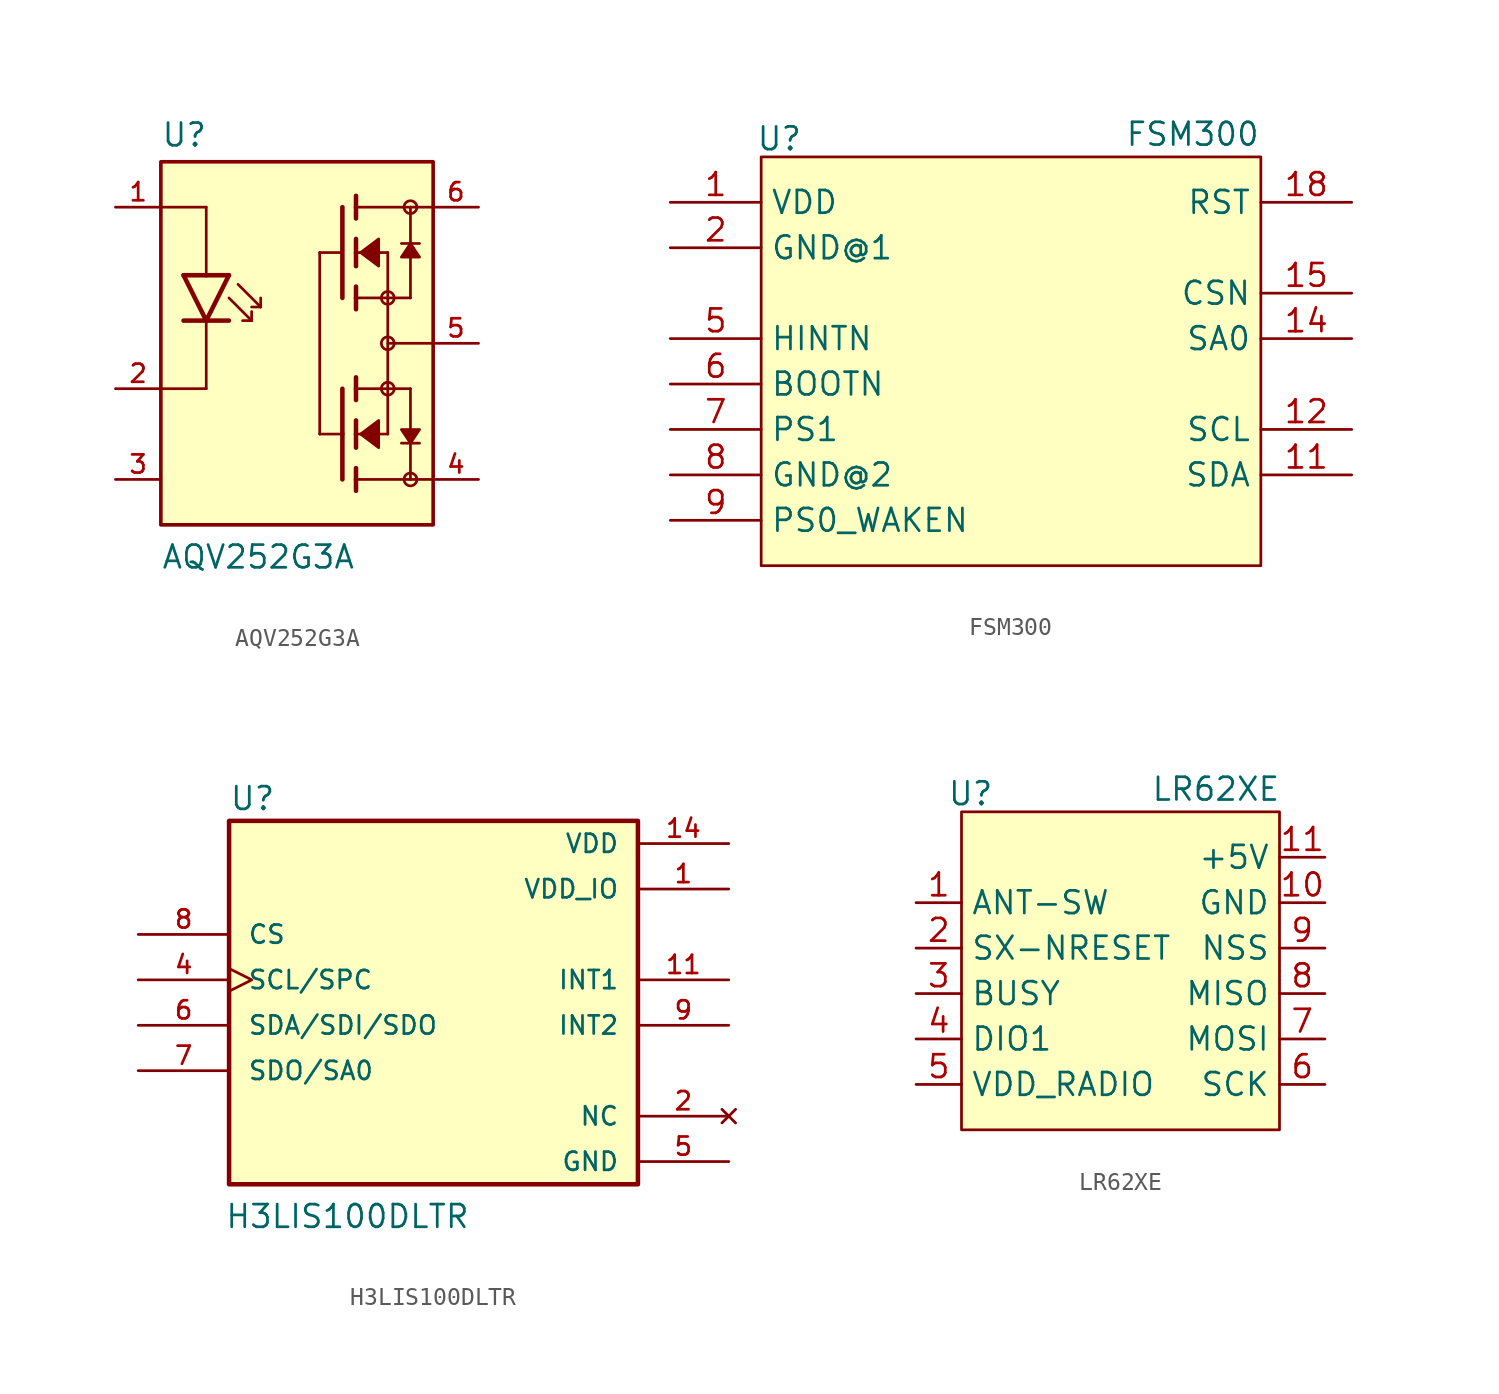
<source format=kicad_sym>
(kicad_symbol_lib
  (version 20241209)
  (generator "kicad_symbol_editor")
  (generator_version "9.0")
  (symbol "AQV252G3A"
    (pin_names
      (offset 1.016))
    (property "Reference" "U"
      (at -7.62 10.922 0)
      (effects (font (size 1.27 1.27)) (justify left bottom)))
    (property "Value" "AQV252G3A"
      (at -7.62 -12.7 0)
      (effects (font (size 1.27 1.27)) (justify left bottom)))
    (symbol "AQV252G3A_0_0"
      (rectangle (start -7.62 10.16) (end 7.62 -10.16) (stroke (width 0.203) (type default)) (fill (type background)))
      (polyline (pts (xy -6.35 3.81) (xy -5.08 3.81)) (stroke (width 0.254) (type default)) (fill (type none)))
      (polyline (pts (xy -6.35 1.27) (xy -5.08 1.27)) (stroke (width 0.254) (type default)) (fill (type none)))
      (polyline (pts (xy -5.08 7.62) (xy -7.62 7.62)) (stroke (width 0.152) (type default)) (fill (type none)))
      (polyline (pts (xy -5.08 3.81) (xy -5.08 7.62)) (stroke (width 0.152) (type default)) (fill (type none)))
      (polyline (pts (xy -5.08 3.81) (xy -3.81 3.81)) (stroke (width 0.254) (type default)) (fill (type none)))
      (polyline (pts (xy -5.08 1.27) (xy -6.35 3.81)) (stroke (width 0.254) (type default)) (fill (type none)))
      (polyline (pts (xy -5.08 1.27) (xy -5.08 -2.54)) (stroke (width 0.152) (type default)) (fill (type none)))
      (polyline (pts (xy -5.08 1.27) (xy -3.81 1.27)) (stroke (width 0.254) (type default)) (fill (type none)))
      (polyline (pts (xy -5.08 -2.54) (xy -7.62 -2.54)) (stroke (width 0.152) (type default)) (fill (type none)))
      (polyline (pts (xy -3.81 3.81) (xy -5.08 1.27)) (stroke (width 0.254) (type default)) (fill (type none)))
      (polyline (pts (xy -3.81 2.54) (xy -2.54 1.27)) (stroke (width 0.152) (type default)) (fill (type none)))
      (polyline (pts (xy -3.302 3.302) (xy -2.032 2.032)) (stroke (width 0.152) (type default)) (fill (type none)))
      (polyline (pts (xy -2.54 1.27) (xy -3.048 1.27)) (stroke (width 0.152) (type default)) (fill (type none)))
      (polyline (pts (xy -2.54 1.27) (xy -2.54 1.778)) (stroke (width 0.152) (type default)) (fill (type none)))
      (polyline (pts (xy -2.032 2.032) (xy -2.54 2.032)) (stroke (width 0.152) (type default)) (fill (type none)))
      (polyline (pts (xy -2.032 2.032) (xy -2.032 2.54)) (stroke (width 0.152) (type default)) (fill (type none)))
      (polyline (pts (xy 1.27 5.08) (xy 1.27 -5.08)) (stroke (width 0.152) (type default)) (fill (type none)))
      (polyline (pts (xy 2.54 7.62) (xy 2.54 2.54)) (stroke (width 0.254) (type default)) (fill (type none)))
      (polyline (pts (xy 2.54 5.08) (xy 1.27 5.08)) (stroke (width 0.152) (type default)) (fill (type none)))
      (polyline (pts (xy 2.54 -5.08) (xy 1.27 -5.08)) (stroke (width 0.152) (type default)) (fill (type none)))
      (polyline (pts (xy 2.54 -5.08) (xy 2.54 -2.54)) (stroke (width 0.254) (type default)) (fill (type none)))
      (polyline (pts (xy 2.54 -7.62) (xy 2.54 -5.08)) (stroke (width 0.254) (type default)) (fill (type none)))
      (polyline (pts (xy 3.302 8.255) (xy 3.302 7.62)) (stroke (width 0.254) (type default)) (fill (type none)))
      (polyline (pts (xy 3.302 7.62) (xy 3.302 6.985)) (stroke (width 0.254) (type default)) (fill (type none)))
      (polyline (pts (xy 3.302 7.62) (xy 6.35 7.62)) (stroke (width 0.152) (type default)) (fill (type none)))
      (polyline (pts (xy 3.302 5.842) (xy 3.302 5.08)) (stroke (width 0.254) (type default)) (fill (type none)))
      (polyline (pts (xy 3.302 5.08) (xy 3.302 4.318)) (stroke (width 0.254) (type default)) (fill (type none)))
      (polyline (pts (xy 3.302 5.08) (xy 5.08 5.08)) (stroke (width 0.152) (type default)) (fill (type none)))
      (polyline (pts (xy 3.302 3.175) (xy 3.302 2.54)) (stroke (width 0.254) (type default)) (fill (type none)))
      (polyline (pts (xy 3.302 2.54) (xy 3.302 1.905)) (stroke (width 0.254) (type default)) (fill (type none)))
      (polyline (pts (xy 3.302 -2.54) (xy 3.302 -1.905)) (stroke (width 0.254) (type default)) (fill (type none)))
      (polyline (pts (xy 3.302 -3.175) (xy 3.302 -2.54)) (stroke (width 0.254) (type default)) (fill (type none)))
      (polyline (pts (xy 3.302 -5.08) (xy 3.302 -4.318)) (stroke (width 0.254) (type default)) (fill (type none)))
      (polyline (pts (xy 3.302 -5.08) (xy 5.08 -5.08)) (stroke (width 0.152) (type default)) (fill (type none)))
      (polyline (pts (xy 3.302 -5.842) (xy 3.302 -5.08)) (stroke (width 0.254) (type default)) (fill (type none)))
      (polyline (pts (xy 3.302 -7.62) (xy 3.302 -6.985)) (stroke (width 0.254) (type default)) (fill (type none)))
      (polyline (pts (xy 3.302 -7.62) (xy 6.35 -7.62)) (stroke (width 0.152) (type default)) (fill (type none)))
      (polyline (pts (xy 3.302 -8.255) (xy 3.302 -7.62)) (stroke (width 0.254) (type default)) (fill (type none)))
      (polyline (pts (xy 3.556 5.08) (xy 4.572 5.842) (xy 4.572 4.318) (xy 3.556 5.08)) (stroke (width 0.152) (type default)) (fill (type outline)))
      (polyline (pts (xy 3.556 -5.08) (xy 4.572 -5.842) (xy 4.572 -4.318) (xy 3.556 -5.08)) (stroke (width 0.152) (type default)) (fill (type outline)))
      (polyline (pts (xy 5.08 5.08) (xy 5.08 2.54)) (stroke (width 0.152) (type default)) (fill (type none)))
      (polyline (pts (xy 5.08 2.54) (xy 3.302 2.54)) (stroke (width 0.152) (type default)) (fill (type none)))
      (polyline (pts (xy 5.08 2.54) (xy 5.08 -2.54)) (stroke (width 0.152) (type default)) (fill (type none)))
      (polyline (pts (xy 5.08 2.54) (xy 6.35 2.54)) (stroke (width 0.152) (type default)) (fill (type none)))
      (circle (center 5.08 2.54) (radius 0.359) (stroke (width 0) (type default)) (fill (type none)))
      (polyline (pts (xy 5.08 0) (xy 7.62 0)) (stroke (width 0.152) (type default)) (fill (type none)))
      (circle (center 5.08 0) (radius 0.359) (stroke (width 0) (type default)) (fill (type none)))
      (polyline (pts (xy 5.08 -2.54) (xy 3.302 -2.54)) (stroke (width 0.152) (type default)) (fill (type none)))
      (polyline (pts (xy 5.08 -2.54) (xy 6.35 -2.54)) (stroke (width 0.152) (type default)) (fill (type none)))
      (circle (center 5.08 -2.54) (radius 0.359) (stroke (width 0) (type default)) (fill (type none)))
      (polyline (pts (xy 5.08 -5.08) (xy 5.08 -2.54)) (stroke (width 0.152) (type default)) (fill (type none)))
      (polyline (pts (xy 6.35 7.62) (xy 6.35 5.588)) (stroke (width 0.152) (type default)) (fill (type none)))
      (polyline (pts (xy 6.35 7.62) (xy 7.62 7.62)) (stroke (width 0.152) (type default)) (fill (type none)))
      (circle (center 6.35 7.62) (radius 0.359) (stroke (width 0) (type default)) (fill (type none)))
      (polyline (pts (xy 6.35 5.588) (xy 5.842 5.588)) (stroke (width 0.152) (type default)) (fill (type none)))
      (polyline (pts (xy 6.35 5.588) (xy 6.35 2.54)) (stroke (width 0.152) (type default)) (fill (type none)))
      (polyline (pts (xy 6.35 5.588) (xy 5.842 4.826) (xy 6.858 4.826) (xy 6.35 5.588)) (stroke (width 0.152) (type default)) (fill (type outline)))
      (polyline (pts (xy 6.35 -5.588) (xy 5.842 -5.588)) (stroke (width 0.152) (type default)) (fill (type none)))
      (polyline (pts (xy 6.35 -5.588) (xy 6.35 -2.54)) (stroke (width 0.152) (type default)) (fill (type none)))
      (polyline (pts (xy 6.35 -5.588) (xy 5.842 -4.826) (xy 6.858 -4.826) (xy 6.35 -5.588)) (stroke (width 0.152) (type default)) (fill (type outline)))
      (polyline (pts (xy 6.35 -7.62) (xy 6.35 -5.588)) (stroke (width 0.152) (type default)) (fill (type none)))
      (polyline (pts (xy 6.35 -7.62) (xy 7.62 -7.62)) (stroke (width 0.152) (type default)) (fill (type none)))
      (circle (center 6.35 -7.62) (radius 0.359) (stroke (width 0) (type default)) (fill (type none)))
      (polyline (pts (xy 6.858 5.588) (xy 6.35 5.588)) (stroke (width 0.152) (type default)) (fill (type none)))
      (polyline (pts (xy 6.858 -5.588) (xy 6.35 -5.588)) (stroke (width 0.152) (type default)) (fill (type none)))
      (pin passive line (at -10.16 7.62 0) (length 2.54) (name "~" (effects (font (size 1.016 1.016)))) (number "1" (effects (font (size 1.016 1.016)))))
      (pin passive line (at -10.16 -2.54 0) (length 2.54) (name "~" (effects (font (size 1.016 1.016)))) (number "2" (effects (font (size 1.016 1.016)))))
      (pin passive line (at -10.16 -7.62 0) (length 2.54) (name "~" (effects (font (size 1.016 1.016)))) (number "3" (effects (font (size 1.016 1.016)))))
      (pin passive line (at 10.16 7.62 180) (length 2.54) (name "~" (effects (font (size 1.016 1.016)))) (number "6" (effects (font (size 1.016 1.016)))))
      (pin passive line (at 10.16 0 180) (length 2.54) (name "~" (effects (font (size 1.016 1.016)))) (number "5" (effects (font (size 1.016 1.016)))))
      (pin passive line (at 10.16 -7.62 180) (length 2.54) (name "~" (effects (font (size 1.016 1.016)))) (number "4" (effects (font (size 1.016 1.016)))))))
  (symbol "FSM300"
    (property "Reference" "U"
      (at -12.954 8.636 0)
      (effects (font (size 1.27 1.27))))
    (property "Value" "FSM300"
      (at 10.16 8.89 0)
      (effects (font (size 1.27 1.27))))
    (symbol "FSM300_1_0"
      (pin power_in line (at -19.05 5.08 0) (length 5.08) (name "VDD" (effects (font (size 1.27 1.27)))) (number "1" (effects (font (size 1.27 1.27)))))
      (pin power_in line (at -19.05 2.54 0) (length 5.08) (name "GND@1" (effects (font (size 1.27 1.27)))) (number "2" (effects (font (size 1.27 1.27)))))
      (pin no_connect line (at -19.05 1.27 0) (length 5.08) (hide yes) (name "" (effects (font (size 1.27 1.27)))) (number "3" (effects (font (size 1.27 1.27)))))
      (pin no_connect line (at -19.05 0 0) (length 5.08) (hide yes) (name "" (effects (font (size 1.27 1.27)))) (number "4" (effects (font (size 1.27 1.27)))))
      (pin output line (at -19.05 -2.54 0) (length 5.08) (name "HINTN" (effects (font (size 1.27 1.27)))) (number "5" (effects (font (size 1.27 1.27)))))
      (pin input line (at -19.05 -5.08 0) (length 5.08) (name "BOOTN" (effects (font (size 1.27 1.27)))) (number "6" (effects (font (size 1.27 1.27)))))
      (pin input line (at -19.05 -7.62 0) (length 5.08) (name "PS1" (effects (font (size 1.27 1.27)))) (number "7" (effects (font (size 1.27 1.27)))))
      (pin power_in line (at -19.05 -10.16 0) (length 5.08) (name "GND@2" (effects (font (size 1.27 1.27)))) (number "8" (effects (font (size 1.27 1.27)))))
      (pin input line (at -19.05 -12.7 0) (length 5.08) (name "PS0_WAKEN" (effects (font (size 1.27 1.27)))) (number "9" (effects (font (size 1.27 1.27)))))
      (pin input line (at 19.05 5.08 180) (length 5.08) (name "RST" (effects (font (size 1.27 1.27)))) (number "18" (effects (font (size 1.27 1.27)))))
      (pin no_connect line (at 19.05 3.81 180) (length 5.08) (hide yes) (name "" (effects (font (size 1.27 1.27)))) (number "17" (effects (font (size 1.27 1.27)))))
      (pin no_connect line (at 19.05 2.54 180) (length 5.08) (hide yes) (name "" (effects (font (size 1.27 1.27)))) (number "16" (effects (font (size 1.27 1.27)))))
      (pin input line (at 19.05 0 180) (length 5.08) (name "CSN" (effects (font (size 1.27 1.27)))) (number "15" (effects (font (size 1.27 1.27)))))
      (pin input line (at 19.05 -2.54 180) (length 5.08) (name "SA0" (effects (font (size 1.27 1.27)))) (number "14" (effects (font (size 1.27 1.27)))))
      (pin no_connect line (at 19.05 -5.08 180) (length 5.08) (hide yes) (name "" (effects (font (size 1.27 1.27)))) (number "13" (effects (font (size 1.27 1.27)))))
      (pin bidirectional line (at 19.05 -7.62 180) (length 5.08) (name "SCL" (effects (font (size 1.27 1.27)))) (number "12" (effects (font (size 1.27 1.27)))))
      (pin bidirectional line (at 19.05 -10.16 180) (length 5.08) (name "SDA" (effects (font (size 1.27 1.27)))) (number "11" (effects (font (size 1.27 1.27)))))
      (pin no_connect line (at 19.05 -12.7 180) (length 5.08) (hide yes) (name "" (effects (font (size 1.27 1.27)))) (number "10" (effects (font (size 1.27 1.27))))))
    (symbol "FSM300_1_1"
      (rectangle (start -13.97 7.62) (end 13.97 -15.24) (stroke (width 0) (type default)) (fill (type background)))))
  (symbol "H3LIS100DLTR"
    (pin_names
      (offset 1.016))
    (property "Reference" "U"
      (at -11.43 9.398 0)
      (effects (font (size 1.27 1.27)) (justify left bottom)))
    (property "Value" "H3LIS100DLTR"
      (at -11.684 -13.97 0)
      (effects (font (size 1.27 1.27)) (justify left bottom)))
    (symbol "H3LIS100DLTR_0_0"
      (rectangle (start -11.43 8.89) (end 11.43 -11.43) (stroke (width 0.254) (type default)) (fill (type background)))
      (pin input line (at -16.51 2.54 0) (length 5.08) (name "CS" (effects (font (size 1.016 1.016)))) (number "8" (effects (font (size 1.016 1.016)))))
      (pin input clock (at -16.51 0 0) (length 5.08) (name "SCL/SPC" (effects (font (size 1.016 1.016)))) (number "4" (effects (font (size 1.016 1.016)))))
      (pin bidirectional line (at -16.51 -2.54 0) (length 5.08) (name "SDA/SDI/SDO" (effects (font (size 1.016 1.016)))) (number "6" (effects (font (size 1.016 1.016)))))
      (pin bidirectional line (at -16.51 -5.08 0) (length 5.08) (name "SDO/SA0" (effects (font (size 1.016 1.016)))) (number "7" (effects (font (size 1.016 1.016)))))
      (pin power_in line (at 16.51 7.62 180) (length 5.08) (name "VDD" (effects (font (size 1.016 1.016)))) (number "14" (effects (font (size 1.016 1.016)))))
      (pin power_in line (at 16.51 5.08 180) (length 5.08) (name "VDD_IO" (effects (font (size 1.016 1.016)))) (number "1" (effects (font (size 1.016 1.016)))))
      (pin output line (at 16.51 0 180) (length 5.08) (name "INT1" (effects (font (size 1.016 1.016)))) (number "11" (effects (font (size 1.016 1.016)))))
      (pin output line (at 16.51 -2.54 180) (length 5.08) (name "INT2" (effects (font (size 1.016 1.016)))) (number "9" (effects (font (size 1.016 1.016)))))
      (pin no_connect line (at 16.51 -7.62 180) (length 5.08) (name "NC" (effects (font (size 1.016 1.016)))) (number "2" (effects (font (size 1.016 1.016)))))
      (pin power_in line (at 16.51 -10.16 180) (length 5.08) (name "GND" (effects (font (size 1.016 1.016)))) (number "5" (effects (font (size 1.016 1.016))))))
    (symbol "H3LIS100DLTR_1_0"
      (pin power_in line (at 16.51 7.62 180) (length 5.08) (hide yes) (name "VDD__1" (effects (font (size 1.016 1.016)))) (number "15" (effects (font (size 1.016 1.016)))))
      (pin no_connect line (at 16.51 -7.62 180) (length 5.08) (hide yes) (name "NC__1" (effects (font (size 1.016 1.016)))) (number "3" (effects (font (size 1.016 1.016)))))
      (pin power_in line (at 16.51 -10.16 180) (length 5.08) (hide yes) (name "GND__1" (effects (font (size 1.016 1.016)))) (number "10" (effects (font (size 1.016 1.016)))))
      (pin power_in line (at 16.51 -10.16 180) (length 5.08) (hide yes) (name "GND__2" (effects (font (size 1.016 1.016)))) (number "12" (effects (font (size 1.016 1.016)))))
      (pin power_in line (at 16.51 -10.16 180) (length 5.08) (hide yes) (name "GND__3" (effects (font (size 1.016 1.016)))) (number "13" (effects (font (size 1.016 1.016)))))
      (pin power_in line (at 16.51 -10.16 180) (length 5.08) (hide yes) (name "GND__4" (effects (font (size 1.016 1.016)))) (number "16" (effects (font (size 1.016 1.016)))))))
  (symbol "LR62XE"
    (property "Reference" "U"
      (at -8.382 9.906 0)
      (effects (font (size 1.27 1.27))))
    (property "Value" "LR62XE"
      (at 5.334 10.16 0)
      (effects (font (size 1.27 1.27))))
    (symbol "LR62XE_1_1"
      (rectangle (start -8.89 8.89) (end 8.89 -8.89) (stroke (width 0) (type default)) (fill (type background)))
      (pin input line (at -11.43 3.81 0) (length 2.54) (name "ANT-SW" (effects (font (size 1.27 1.27)))) (number "1" (effects (font (size 1.27 1.27)))))
      (pin input line (at -11.43 1.27 0) (length 2.54) (name "SX-NRESET" (effects (font (size 1.27 1.27)))) (number "2" (effects (font (size 1.27 1.27)))))
      (pin input line (at -11.43 -1.27 0) (length 2.54) (name "BUSY" (effects (font (size 1.27 1.27)))) (number "3" (effects (font (size 1.27 1.27)))))
      (pin input line (at -11.43 -3.81 0) (length 2.54) (name "DIO1" (effects (font (size 1.27 1.27)))) (number "4" (effects (font (size 1.27 1.27)))))
      (pin input line (at -11.43 -6.35 0) (length 2.54) (name "VDD_RADIO" (effects (font (size 1.27 1.27)))) (number "5" (effects (font (size 1.27 1.27)))))
      (pin input line (at 11.43 6.35 180) (length 2.54) (name "+5V" (effects (font (size 1.27 1.27)))) (number "11" (effects (font (size 1.27 1.27)))))
      (pin input line (at 11.43 3.81 180) (length 2.54) (name "GND" (effects (font (size 1.27 1.27)))) (number "10" (effects (font (size 1.27 1.27)))))
      (pin input line (at 11.43 3.81 180) (length 2.54) (hide yes) (name "GND" (effects (font (size 1.27 1.27)))) (number "12" (effects (font (size 1.27 1.27)))))
      (pin input line (at 11.43 1.27 180) (length 2.54) (name "NSS" (effects (font (size 1.27 1.27)))) (number "9" (effects (font (size 1.27 1.27)))))
      (pin input line (at 11.43 -1.27 180) (length 2.54) (name "MISO" (effects (font (size 1.27 1.27)))) (number "8" (effects (font (size 1.27 1.27)))))
      (pin input line (at 11.43 -3.81 180) (length 2.54) (name "MOSI" (effects (font (size 1.27 1.27)))) (number "7" (effects (font (size 1.27 1.27)))))
      (pin input line (at 11.43 -6.35 180) (length 2.54) (name "SCK" (effects (font (size 1.27 1.27)))) (number "6" (effects (font (size 1.27 1.27))))))))
</source>
